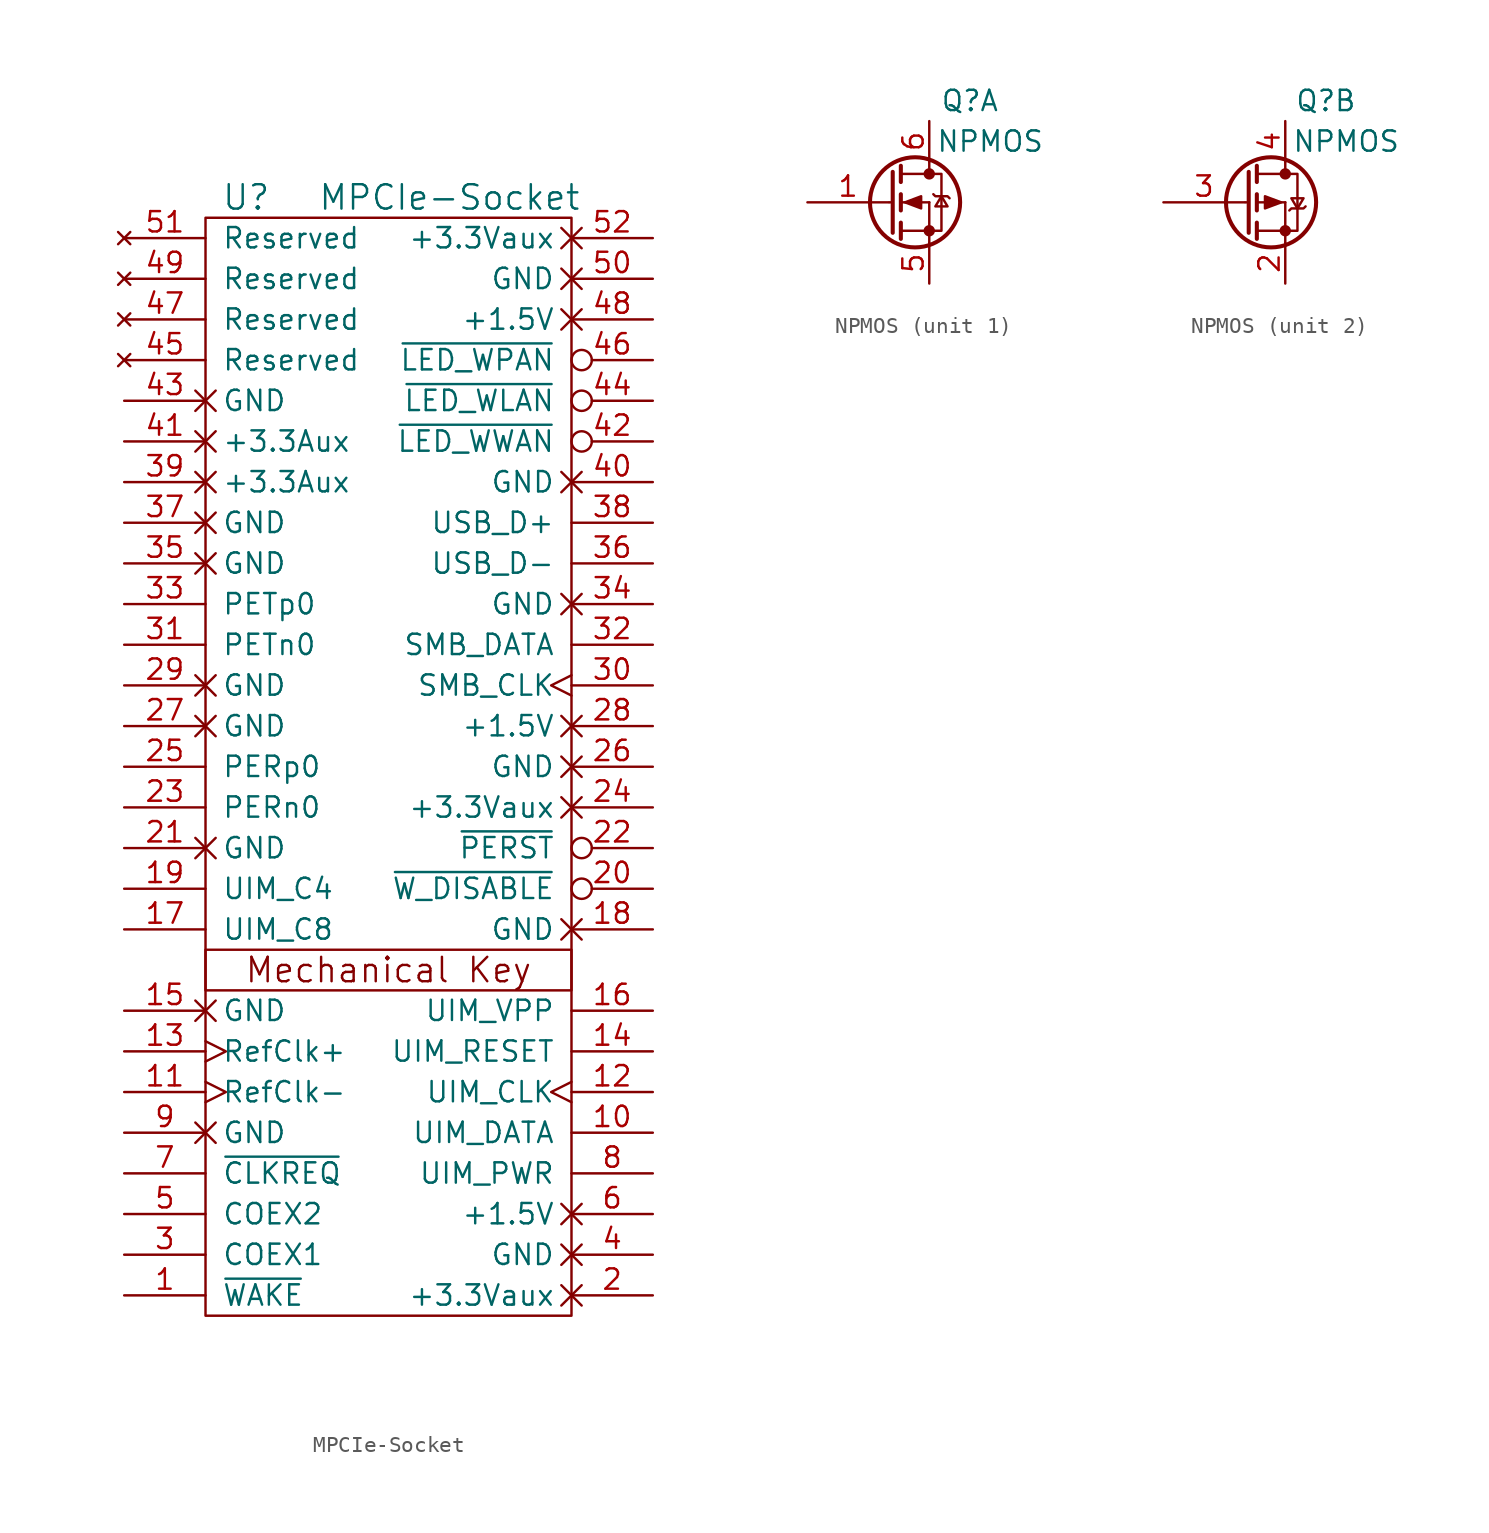
<source format=kicad_sym>
(kicad_symbol_lib
  (version 20220914)
  (generator kicad_symbol_editor)
  (symbol "MPCIe-Socket"
    (pin_names
      (offset 1.016))
    (property "Reference" "U"
      (at -8.89 35.56 0)
      (effects (font (size 1.524 1.524))))
    (property "Value" "MPCIe-Socket"
      (at 3.81 35.56 0)
      (effects (font (size 1.524 1.524))))
    (property "Footprint" ""
      (at 2.54 -21.59 0)
      (effects (font (size 1.524 1.524))))
    (property "Datasheet" ""
      (at 2.54 -21.59 0)
      (effects (font (size 1.524 1.524))))
    (symbol "MPCIe-Socket_0_0"
      (text "Mechanical Key" (at 0 -12.7 0) (effects (font (size 1.524 1.524)))))
    (symbol "MPCIe-Socket_0_1"
      (rectangle (start -11.43 -34.29) (end 11.43 34.29) (stroke (width 0) (type default)) (fill (type none)))
      (rectangle (start -11.43 -11.43) (end 11.43 -13.97) (stroke (width 0) (type default)) (fill (type none))))
    (symbol "MPCIe-Socket_1_1"
      (pin bidirectional line (at -16.51 -33.02 0) (length 5.08) (name "~{WAKE}" (effects (font (size 1.27 1.27)))) (number "1" (effects (font (size 1.27 1.27)))))
      (pin bidirectional line (at 16.51 -22.86 180) (length 5.08) (name "UIM_DATA" (effects (font (size 1.27 1.27)))) (number "10" (effects (font (size 1.27 1.27)))))
      (pin input clock (at -16.51 -20.32 0) (length 5.08) (name "RefClk-" (effects (font (size 1.27 1.27)))) (number "11" (effects (font (size 1.27 1.27)))))
      (pin bidirectional clock (at 16.51 -20.32 180) (length 5.08) (name "UIM_CLK" (effects (font (size 1.27 1.27)))) (number "12" (effects (font (size 1.27 1.27)))))
      (pin input clock (at -16.51 -17.78 0) (length 5.08) (name "RefClk+" (effects (font (size 1.27 1.27)))) (number "13" (effects (font (size 1.27 1.27)))))
      (pin bidirectional line (at 16.51 -17.78 180) (length 5.08) (name "UIM_RESET" (effects (font (size 1.27 1.27)))) (number "14" (effects (font (size 1.27 1.27)))))
      (pin power_in non_logic (at -16.51 -15.24 0) (length 5.08) (name "GND" (effects (font (size 1.27 1.27)))) (number "15" (effects (font (size 1.27 1.27)))))
      (pin bidirectional line (at 16.51 -15.24 180) (length 5.08) (name "UIM_VPP" (effects (font (size 1.27 1.27)))) (number "16" (effects (font (size 1.27 1.27)))))
      (pin bidirectional line (at -16.51 -10.16 0) (length 5.08) (name "UIM_C8" (effects (font (size 1.27 1.27)))) (number "17" (effects (font (size 1.27 1.27)))))
      (pin power_in non_logic (at 16.51 -10.16 180) (length 5.08) (name "GND" (effects (font (size 1.27 1.27)))) (number "18" (effects (font (size 1.27 1.27)))))
      (pin bidirectional line (at -16.51 -7.62 0) (length 5.08) (name "UIM_C4" (effects (font (size 1.27 1.27)))) (number "19" (effects (font (size 1.27 1.27)))))
      (pin power_in non_logic (at 16.51 -33.02 180) (length 5.08) (name "+3.3Vaux" (effects (font (size 1.27 1.27)))) (number "2" (effects (font (size 1.27 1.27)))))
      (pin bidirectional inverted (at 16.51 -7.62 180) (length 5.08) (name "~{W_DISABLE}" (effects (font (size 1.27 1.27)))) (number "20" (effects (font (size 1.27 1.27)))))
      (pin power_in non_logic (at -16.51 -5.08 0) (length 5.08) (name "GND" (effects (font (size 1.27 1.27)))) (number "21" (effects (font (size 1.27 1.27)))))
      (pin bidirectional inverted (at 16.51 -5.08 180) (length 5.08) (name "~{PERST}" (effects (font (size 1.27 1.27)))) (number "22" (effects (font (size 1.27 1.27)))))
      (pin bidirectional line (at -16.51 -2.54 0) (length 5.08) (name "PERn0" (effects (font (size 1.27 1.27)))) (number "23" (effects (font (size 1.27 1.27)))))
      (pin power_in non_logic (at 16.51 -2.54 180) (length 5.08) (name "+3.3Vaux" (effects (font (size 1.27 1.27)))) (number "24" (effects (font (size 1.27 1.27)))))
      (pin bidirectional line (at -16.51 0 0) (length 5.08) (name "PERp0" (effects (font (size 1.27 1.27)))) (number "25" (effects (font (size 1.27 1.27)))))
      (pin power_in non_logic (at 16.51 0 180) (length 5.08) (name "GND" (effects (font (size 1.27 1.27)))) (number "26" (effects (font (size 1.27 1.27)))))
      (pin power_in non_logic (at -16.51 2.54 0) (length 5.08) (name "GND" (effects (font (size 1.27 1.27)))) (number "27" (effects (font (size 1.27 1.27)))))
      (pin power_in non_logic (at 16.51 2.54 180) (length 5.08) (name "+1.5V" (effects (font (size 1.27 1.27)))) (number "28" (effects (font (size 1.27 1.27)))))
      (pin power_in non_logic (at -16.51 5.08 0) (length 5.08) (name "GND" (effects (font (size 1.27 1.27)))) (number "29" (effects (font (size 1.27 1.27)))))
      (pin bidirectional line (at -16.51 -30.48 0) (length 5.08) (name "COEX1" (effects (font (size 1.27 1.27)))) (number "3" (effects (font (size 1.27 1.27)))))
      (pin bidirectional clock (at 16.51 5.08 180) (length 5.08) (name "SMB_CLK" (effects (font (size 1.27 1.27)))) (number "30" (effects (font (size 1.27 1.27)))))
      (pin bidirectional line (at -16.51 7.62 0) (length 5.08) (name "PETn0" (effects (font (size 1.27 1.27)))) (number "31" (effects (font (size 1.27 1.27)))))
      (pin bidirectional line (at 16.51 7.62 180) (length 5.08) (name "SMB_DATA" (effects (font (size 1.27 1.27)))) (number "32" (effects (font (size 1.27 1.27)))))
      (pin bidirectional line (at -16.51 10.16 0) (length 5.08) (name "PETp0" (effects (font (size 1.27 1.27)))) (number "33" (effects (font (size 1.27 1.27)))))
      (pin power_in non_logic (at 16.51 10.16 180) (length 5.08) (name "GND" (effects (font (size 1.27 1.27)))) (number "34" (effects (font (size 1.27 1.27)))))
      (pin power_in non_logic (at -16.51 12.7 0) (length 5.08) (name "GND" (effects (font (size 1.27 1.27)))) (number "35" (effects (font (size 1.27 1.27)))))
      (pin bidirectional line (at 16.51 12.7 180) (length 5.08) (name "USB_D-" (effects (font (size 1.27 1.27)))) (number "36" (effects (font (size 1.27 1.27)))))
      (pin power_in non_logic (at -16.51 15.24 0) (length 5.08) (name "GND" (effects (font (size 1.27 1.27)))) (number "37" (effects (font (size 1.27 1.27)))))
      (pin bidirectional line (at 16.51 15.24 180) (length 5.08) (name "USB_D+" (effects (font (size 1.27 1.27)))) (number "38" (effects (font (size 1.27 1.27)))))
      (pin power_in non_logic (at -16.51 17.78 0) (length 5.08) (name "+3.3Aux" (effects (font (size 1.27 1.27)))) (number "39" (effects (font (size 1.27 1.27)))))
      (pin power_in non_logic (at 16.51 -30.48 180) (length 5.08) (name "GND" (effects (font (size 1.27 1.27)))) (number "4" (effects (font (size 1.27 1.27)))))
      (pin power_in non_logic (at 16.51 17.78 180) (length 5.08) (name "GND" (effects (font (size 1.27 1.27)))) (number "40" (effects (font (size 1.27 1.27)))))
      (pin power_in non_logic (at -16.51 20.32 0) (length 5.08) (name "+3.3Aux" (effects (font (size 1.27 1.27)))) (number "41" (effects (font (size 1.27 1.27)))))
      (pin bidirectional inverted (at 16.51 20.32 180) (length 5.08) (name "~{LED_WWAN}" (effects (font (size 1.27 1.27)))) (number "42" (effects (font (size 1.27 1.27)))))
      (pin power_in non_logic (at -16.51 22.86 0) (length 5.08) (name "GND" (effects (font (size 1.27 1.27)))) (number "43" (effects (font (size 1.27 1.27)))))
      (pin bidirectional inverted (at 16.51 22.86 180) (length 5.08) (name "~{LED_WLAN}" (effects (font (size 1.27 1.27)))) (number "44" (effects (font (size 1.27 1.27)))))
      (pin no_connect line (at -16.51 25.4 0) (length 5.08) (name "Reserved" (effects (font (size 1.27 1.27)))) (number "45" (effects (font (size 1.27 1.27)))))
      (pin bidirectional inverted (at 16.51 25.4 180) (length 5.08) (name "~{LED_WPAN}" (effects (font (size 1.27 1.27)))) (number "46" (effects (font (size 1.27 1.27)))))
      (pin no_connect line (at -16.51 27.94 0) (length 5.08) (name "Reserved" (effects (font (size 1.27 1.27)))) (number "47" (effects (font (size 1.27 1.27)))))
      (pin power_in non_logic (at 16.51 27.94 180) (length 5.08) (name "+1.5V" (effects (font (size 1.27 1.27)))) (number "48" (effects (font (size 1.27 1.27)))))
      (pin no_connect line (at -16.51 30.48 0) (length 5.08) (name "Reserved" (effects (font (size 1.27 1.27)))) (number "49" (effects (font (size 1.27 1.27)))))
      (pin bidirectional line (at -16.51 -27.94 0) (length 5.08) (name "COEX2" (effects (font (size 1.27 1.27)))) (number "5" (effects (font (size 1.27 1.27)))))
      (pin power_in non_logic (at 16.51 30.48 180) (length 5.08) (name "GND" (effects (font (size 1.27 1.27)))) (number "50" (effects (font (size 1.27 1.27)))))
      (pin no_connect line (at -16.51 33.02 0) (length 5.08) (name "Reserved" (effects (font (size 1.27 1.27)))) (number "51" (effects (font (size 1.27 1.27)))))
      (pin power_in non_logic (at 16.51 33.02 180) (length 5.08) (name "+3.3Vaux" (effects (font (size 1.27 1.27)))) (number "52" (effects (font (size 1.27 1.27)))))
      (pin power_in non_logic (at 16.51 -27.94 180) (length 5.08) (name "+1.5V" (effects (font (size 1.27 1.27)))) (number "6" (effects (font (size 1.27 1.27)))))
      (pin bidirectional line (at -16.51 -25.4 0) (length 5.08) (name "~{CLKREQ}" (effects (font (size 1.27 1.27)))) (number "7" (effects (font (size 1.27 1.27)))))
      (pin bidirectional line (at 16.51 -25.4 180) (length 5.08) (name "UIM_PWR" (effects (font (size 1.27 1.27)))) (number "8" (effects (font (size 1.27 1.27)))))
      (pin power_in non_logic (at -16.51 -22.86 0) (length 5.08) (name "GND" (effects (font (size 1.27 1.27)))) (number "9" (effects (font (size 1.27 1.27)))))))
  (symbol "NPMOS"
    (pin_names
      (offset 1.016) hide)
    (property "Reference" "Q"
      (at 5.08 6.35 0)
      (effects (font (size 1.27 1.27))))
    (property "Value" "NPMOS"
      (at 6.35 3.81 0)
      (effects (font (size 1.27 1.27))))
    (property "ki_locked" ""
      (at 0 0 0)
      (effects (font (size 1.27 1.27))))
    (symbol "NPMOS_1_1"
      (polyline (pts (xy 0.051 0) (xy 0.254 0)) (stroke (width 0) (type default)) (fill (type none)))
      (polyline (pts (xy 0.762 -1.778) (xy 2.54 -1.778)) (stroke (width 0) (type default)) (fill (type none)))
      (polyline (pts (xy 0.762 -1.27) (xy 0.762 -2.286)) (stroke (width 0.254) (type default)) (fill (type none)))
      (polyline (pts (xy 0.762 0) (xy 2.54 0)) (stroke (width 0) (type default)) (fill (type none)))
      (polyline (pts (xy 0.762 0.508) (xy 0.762 -0.508)) (stroke (width 0.254) (type default)) (fill (type none)))
      (polyline (pts (xy 0.762 1.778) (xy 2.54 1.778)) (stroke (width 0) (type default)) (fill (type none)))
      (polyline (pts (xy 0.762 2.286) (xy 0.762 1.27)) (stroke (width 0.254) (type default)) (fill (type none)))
      (polyline (pts (xy 2.54 -1.778) (xy 2.54 -2.54)) (stroke (width 0) (type default)) (fill (type none)))
      (polyline (pts (xy 2.54 -1.778) (xy 2.54 0)) (stroke (width 0) (type default)) (fill (type none)))
      (polyline (pts (xy 2.54 2.54) (xy 2.54 1.778)) (stroke (width 0) (type default)) (fill (type none)))
      (polyline (pts (xy 0.254 1.905) (xy 0.254 -1.905) (xy 0.254 -1.905)) (stroke (width 0.254) (type default)) (fill (type none)))
      (polyline (pts (xy 1.016 0) (xy 2.032 0.381) (xy 2.032 -0.381) (xy 1.016 0)) (stroke (width 0) (type default)) (fill (type outline)))
      (polyline (pts (xy 2.54 -1.778) (xy 3.302 -1.778) (xy 3.302 1.778) (xy 2.54 1.778)) (stroke (width 0) (type default)) (fill (type none)))
      (polyline (pts (xy 2.794 0.508) (xy 2.921 0.381) (xy 3.683 0.381) (xy 3.81 0.254)) (stroke (width 0) (type default)) (fill (type none)))
      (polyline (pts (xy 3.302 0.381) (xy 2.921 -0.254) (xy 3.683 -0.254) (xy 3.302 0.381)) (stroke (width 0) (type default)) (fill (type none)))
      (circle (center 1.651 0) (radius 2.819) (stroke (width 0.254) (type default)) (fill (type none)))
      (circle (center 2.54 -1.778) (radius 0.279) (stroke (width 0) (type default)) (fill (type outline)))
      (circle (center 2.54 1.778) (radius 0.279) (stroke (width 0) (type default)) (fill (type outline)))
      (pin input line (at -5.08 0 0) (length 5.08) (name "G" (effects (font (size 1.27 1.27)))) (number "1" (effects (font (size 1.27 1.27)))))
      (pin passive line (at 2.54 -5.08 90) (length 2.54) (name "S" (effects (font (size 1.27 1.27)))) (number "5" (effects (font (size 1.27 1.27)))))
      (pin passive line (at 2.54 5.08 270) (length 2.54) (name "D" (effects (font (size 1.27 1.27)))) (number "6" (effects (font (size 1.27 1.27))))))
    (symbol "NPMOS_2_1"
      (polyline (pts (xy 0.051 0) (xy 0.254 0)) (stroke (width 0) (type default)) (fill (type none)))
      (polyline (pts (xy 0.762 -1.778) (xy 2.54 -1.778)) (stroke (width 0) (type default)) (fill (type none)))
      (polyline (pts (xy 0.762 -1.27) (xy 0.762 -2.286)) (stroke (width 0.254) (type default)) (fill (type none)))
      (polyline (pts (xy 0.762 0) (xy 2.54 0)) (stroke (width 0) (type default)) (fill (type none)))
      (polyline (pts (xy 0.762 0.508) (xy 0.762 -0.508)) (stroke (width 0.254) (type default)) (fill (type none)))
      (polyline (pts (xy 0.762 1.778) (xy 2.54 1.778)) (stroke (width 0) (type default)) (fill (type none)))
      (polyline (pts (xy 0.762 2.286) (xy 0.762 1.27)) (stroke (width 0.254) (type default)) (fill (type none)))
      (polyline (pts (xy 2.54 -1.778) (xy 2.54 -2.54)) (stroke (width 0) (type default)) (fill (type none)))
      (polyline (pts (xy 2.54 -1.778) (xy 2.54 0)) (stroke (width 0) (type default)) (fill (type none)))
      (polyline (pts (xy 2.54 2.54) (xy 2.54 1.778)) (stroke (width 0) (type default)) (fill (type none)))
      (polyline (pts (xy 0.254 1.905) (xy 0.254 -1.905) (xy 0.254 -1.905)) (stroke (width 0.254) (type default)) (fill (type none)))
      (polyline (pts (xy 2.286 0) (xy 1.27 -0.381) (xy 1.27 0.381) (xy 2.286 0)) (stroke (width 0) (type default)) (fill (type outline)))
      (polyline (pts (xy 2.54 -1.778) (xy 3.302 -1.778) (xy 3.302 1.778) (xy 2.54 1.778)) (stroke (width 0) (type default)) (fill (type none)))
      (polyline (pts (xy 2.794 -0.508) (xy 2.921 -0.381) (xy 3.683 -0.381) (xy 3.81 -0.254)) (stroke (width 0) (type default)) (fill (type none)))
      (polyline (pts (xy 3.302 -0.381) (xy 2.921 0.254) (xy 3.683 0.254) (xy 3.302 -0.381)) (stroke (width 0) (type default)) (fill (type none)))
      (circle (center 1.651 0) (radius 2.819) (stroke (width 0.254) (type default)) (fill (type none)))
      (circle (center 2.54 -1.778) (radius 0.279) (stroke (width 0) (type default)) (fill (type outline)))
      (circle (center 2.54 1.778) (radius 0.279) (stroke (width 0) (type default)) (fill (type outline)))
      (pin passive line (at 2.54 -5.08 90) (length 2.54) (name "S" (effects (font (size 1.27 1.27)))) (number "2" (effects (font (size 1.27 1.27)))))
      (pin input line (at -5.08 0 0) (length 5.08) (name "G" (effects (font (size 1.27 1.27)))) (number "3" (effects (font (size 1.27 1.27)))))
      (pin passive line (at 2.54 5.08 270) (length 2.54) (name "D" (effects (font (size 1.27 1.27)))) (number "4" (effects (font (size 1.27 1.27))))))))
</source>
